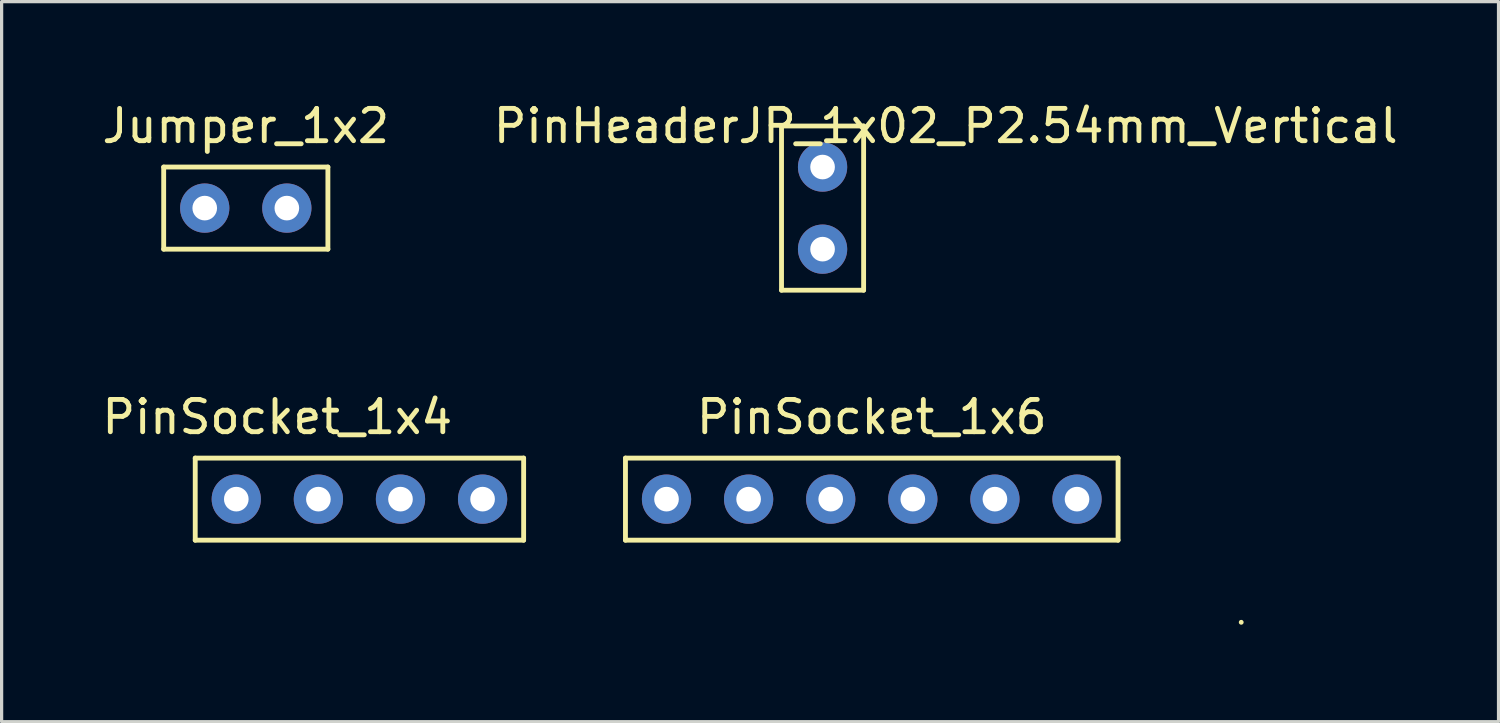
<source format=kicad_pcb>
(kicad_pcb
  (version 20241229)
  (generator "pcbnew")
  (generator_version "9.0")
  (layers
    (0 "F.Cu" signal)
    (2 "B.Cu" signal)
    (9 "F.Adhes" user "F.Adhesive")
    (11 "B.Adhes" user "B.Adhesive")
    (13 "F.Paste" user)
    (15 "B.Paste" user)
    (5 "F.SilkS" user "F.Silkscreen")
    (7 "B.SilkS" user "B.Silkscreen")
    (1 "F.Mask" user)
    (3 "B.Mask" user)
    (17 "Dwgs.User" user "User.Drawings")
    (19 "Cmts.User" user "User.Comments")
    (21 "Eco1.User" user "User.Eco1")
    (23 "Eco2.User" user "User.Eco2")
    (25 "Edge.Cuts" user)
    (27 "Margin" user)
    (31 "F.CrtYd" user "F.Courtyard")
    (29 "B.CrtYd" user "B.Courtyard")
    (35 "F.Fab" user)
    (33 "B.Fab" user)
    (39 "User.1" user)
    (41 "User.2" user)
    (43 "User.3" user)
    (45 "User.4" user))
  (footprint "PinSocket_1x6"
    (layer "F.Cu")
    (at 22.65 12.392)
    (property "Reference" "PinSocket_1x6" (at 1.27 -2.54 0) (layer "F.SilkS") (effects (font (size 1 1) (thickness 0.15))))
    (attr through_hole)
    (fp_line (start -6.35 -1.27) (end -6.35 1.27) (stroke (width 0.15) (type solid)) (layer "F.SilkS"))
    (fp_line (start -6.35 1.27) (end 8.89 1.27) (stroke (width 0.15) (type solid)) (layer "F.SilkS"))
    (fp_line (start 8.89 -1.27) (end -6.35 -1.27) (stroke (width 0.15) (type solid)) (layer "F.SilkS"))
    (fp_line (start 8.89 -1.27) (end 8.89 1.27) (stroke (width 0.15) (type solid)) (layer "F.SilkS"))
    (fp_line (start 12.7 3.81) (end 12.7 3.81) (stroke (width 0.15) (type solid)) (layer "F.SilkS"))
    (pad "1" thru_hole circle (at 7.62 0) (size 1.524 1.524) (drill 0.762) (layers "*.Cu" "*.Mask"))
    (pad "2" thru_hole circle (at 5.08 0) (size 1.524 1.524) (drill 0.762) (layers "*.Cu" "*.Mask"))
    (pad "3" thru_hole circle (at 2.54 0) (size 1.524 1.524) (drill 0.762) (layers "*.Cu" "*.Mask"))
    (pad "4" thru_hole circle (at 0 0) (size 1.524 1.524) (drill 0.762) (layers "*.Cu" "*.Mask"))
    (pad "5" thru_hole circle (at -2.54 0) (size 1.524 1.524) (drill 0.762) (layers "*.Cu" "*.Mask"))
    (pad "6" thru_hole circle (at -5.08 0) (size 1.524 1.524) (drill 0.762) (layers "*.Cu" "*.Mask")))
  (footprint "PinHeaderJP_1x02_P2.54mm_Vertical"
    (layer "F.Cu")
    (at 22.398 3.388)
    (property "Reference" "PinHeaderJP_1x02_P2.54mm_Vertical" (at 3.81 -2.54 0) (layer "F.SilkS") (effects (font (size 1 1) (thickness 0.15))))
    (attr through_hole)
    (fp_line (start -1.27 -2.54) (end -1.27 2.54) (stroke (width 0.15) (type solid)) (layer "F.SilkS"))
    (fp_line (start -1.27 2.54) (end 1.27 2.54) (stroke (width 0.15) (type solid)) (layer "F.SilkS"))
    (fp_line (start 1.27 -2.54) (end -1.27 -2.54) (stroke (width 0.15) (type solid)) (layer "F.SilkS"))
    (fp_line (start 1.27 2.54) (end 1.27 -2.54) (stroke (width 0.15) (type solid)) (layer "F.SilkS"))
    (pad "1" thru_hole circle (at 0 -1.27) (size 1.524 1.524) (drill 0.762) (layers "*.Cu" "*.Mask"))
    (pad "2" thru_hole circle (at 0 1.27) (size 1.524 1.524) (drill 0.762) (layers "*.Cu" "*.Mask")))
  (footprint "Jumper_1x2"
    (layer "F.Cu")
    (at 3.284 4.658)
    (property "Reference" "Jumper_1x2" (at 1.27 -3.81 0) (layer "F.SilkS") (effects (font (size 1 1) (thickness 0.15))))
    (attr through_hole)
    (fp_line (start -1.27 -2.54) (end -1.27 0) (stroke (width 0.15) (type solid)) (layer "F.SilkS"))
    (fp_line (start -1.27 0) (end 3.81 0) (stroke (width 0.15) (type solid)) (layer "F.SilkS"))
    (fp_line (start 3.81 -2.54) (end -1.27 -2.54) (stroke (width 0.15) (type solid)) (layer "F.SilkS"))
    (fp_line (start 3.81 0) (end 3.81 -2.54) (stroke (width 0.15) (type solid)) (layer "F.SilkS"))
    (pad "1" thru_hole circle (at 0 -1.27) (size 1.524 1.524) (drill 0.762) (layers "*.Cu" "*.Mask"))
    (pad "2" thru_hole circle (at 2.54 -1.27) (size 1.524 1.524) (drill 0.762) (layers "*.Cu" "*.Mask")))
  (footprint "PinSocket_1x4"
    (layer "F.Cu")
    (at 8.07 12.392)
    (property "Reference" "PinSocket_1x4" (at -2.54 -2.54 0) (layer "F.SilkS") (effects (font (size 1 1) (thickness 0.15))))
    (attr through_hole)
    (fp_line (start -5.08 -1.27) (end 5.08 -1.27) (stroke (width 0.15) (type solid)) (layer "F.SilkS"))
    (fp_line (start -5.08 1.27) (end -5.08 -1.27) (stroke (width 0.15) (type solid)) (layer "F.SilkS"))
    (fp_line (start 5.08 -1.27) (end 5.08 1.27) (stroke (width 0.15) (type solid)) (layer "F.SilkS"))
    (fp_line (start 5.08 1.27) (end -5.08 1.27) (stroke (width 0.15) (type solid)) (layer "F.SilkS"))
    (pad "1" thru_hole circle (at 3.81 0) (size 1.524 1.524) (drill 0.762) (layers "*.Cu" "*.Mask"))
    (pad "2" thru_hole circle (at 1.27 0) (size 1.524 1.524) (drill 0.762) (layers "*.Cu" "*.Mask"))
    (pad "3" thru_hole circle (at -1.27 0) (size 1.524 1.524) (drill 0.762) (layers "*.Cu" "*.Mask"))
    (pad "4" thru_hole circle (at -3.81 0) (size 1.524 1.524) (drill 0.762) (layers "*.Cu" "*.Mask")))
  (gr_rect
    (start -3 -3)
    (end 43.31 19.276)
    (stroke (width 0.1) (type default))
    (fill no)
    (layer "Edge.Cuts")))
</source>
